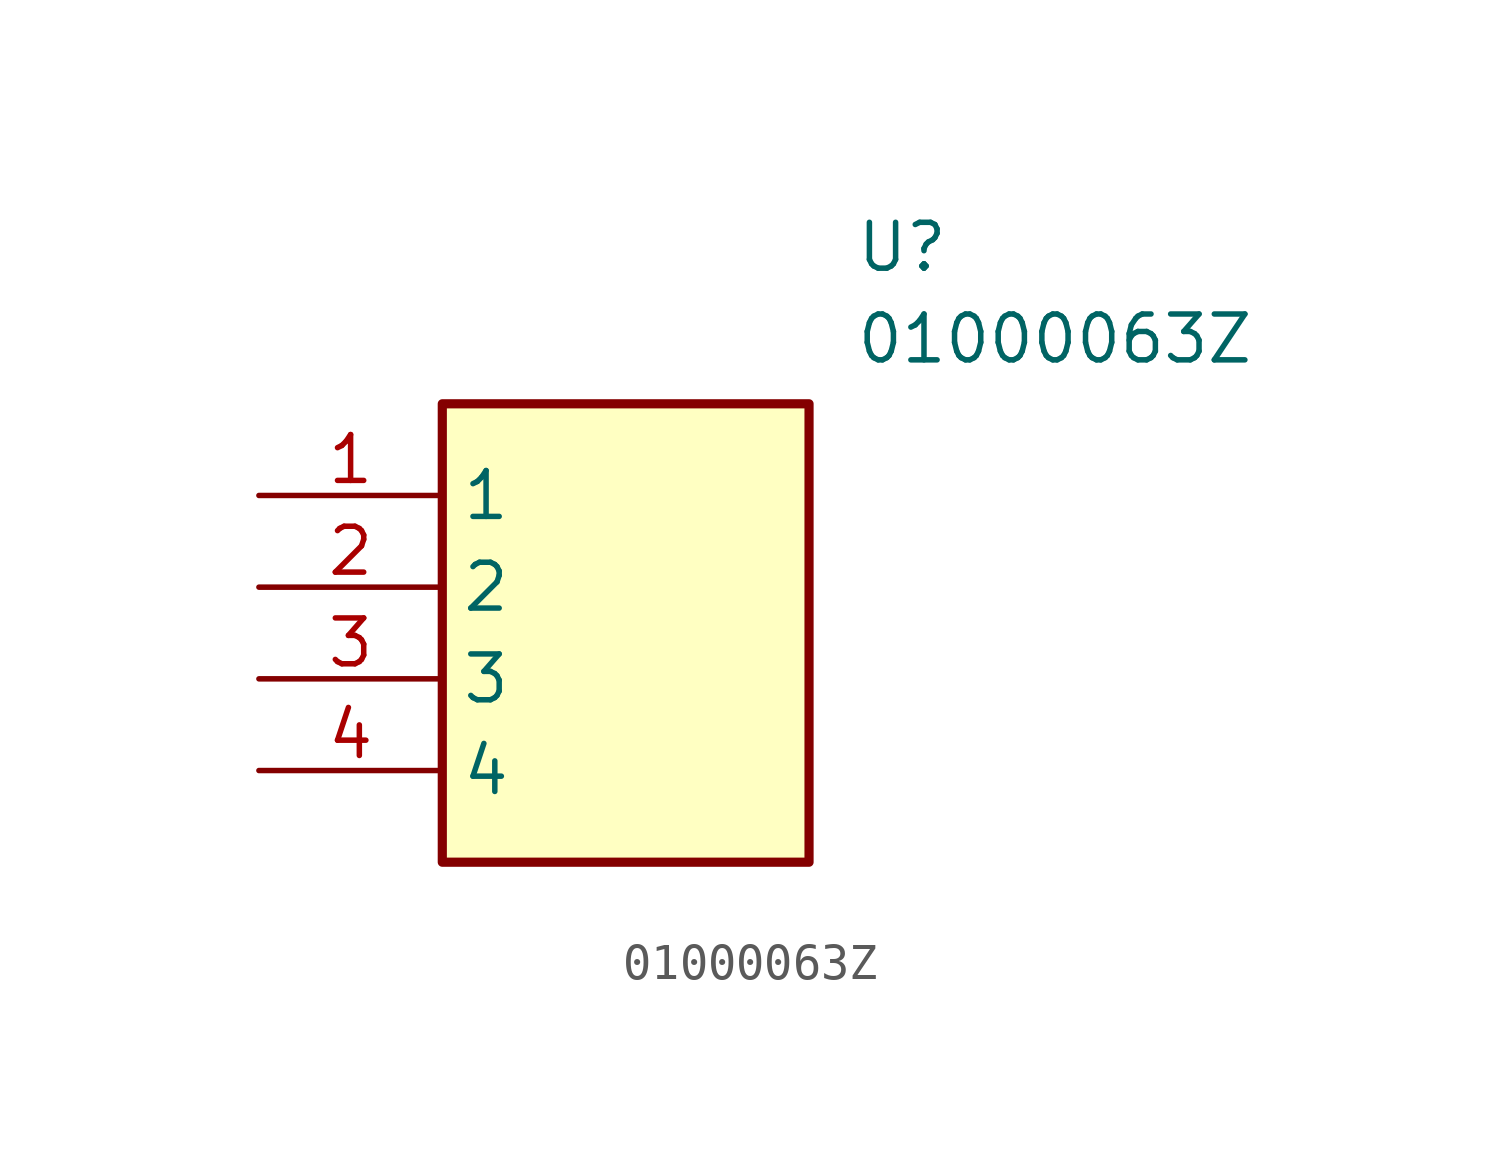
<source format=kicad_sym>
(kicad_symbol_lib
  (version 20231120)
  (generator "kicad_symbol_editor")
  (generator_version "8.0")
  (symbol "01000063Z"
    (property "Reference" "U"
      (at 16.51 7.62 0)
      (effects (font (size 1.27 1.27)) (justify left top)))
    (property "Value" "01000063Z"
      (at 16.51 5.08 0)
      (effects (font (size 1.27 1.27)) (justify left top)))
    (symbol "01000063Z_1_1"
      (rectangle (start 5.08 2.54) (end 15.24 -10.16) (stroke (width 0.254) (type default)) (fill (type background)))
      (pin passive line (at 0 0 0) (length 5.08) (name "1" (effects (font (size 1.27 1.27)))) (number "1" (effects (font (size 1.27 1.27)))))
      (pin passive line (at 0 -2.54 0) (length 5.08) (name "2" (effects (font (size 1.27 1.27)))) (number "2" (effects (font (size 1.27 1.27)))))
      (pin passive line (at 0 -5.08 0) (length 5.08) (name "3" (effects (font (size 1.27 1.27)))) (number "3" (effects (font (size 1.27 1.27)))))
      (pin passive line (at 0 -7.62 0) (length 5.08) (name "4" (effects (font (size 1.27 1.27)))) (number "4" (effects (font (size 1.27 1.27))))))))
</source>
